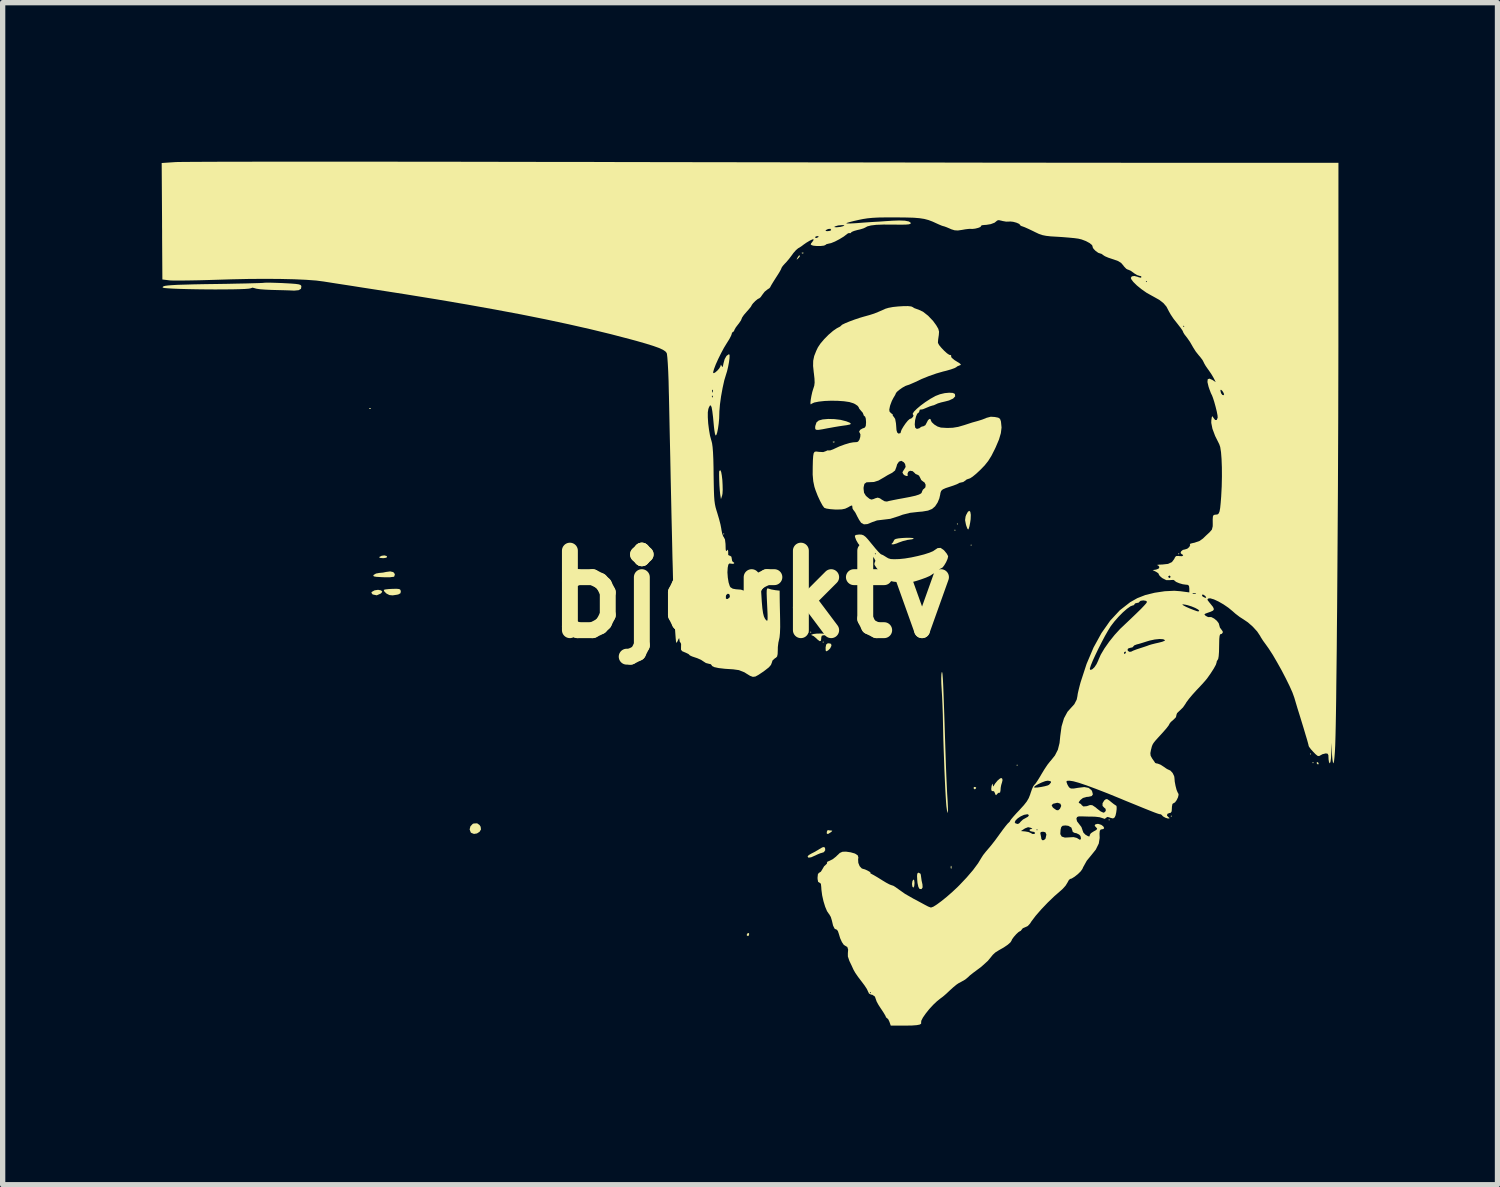
<source format=kicad_pcb>
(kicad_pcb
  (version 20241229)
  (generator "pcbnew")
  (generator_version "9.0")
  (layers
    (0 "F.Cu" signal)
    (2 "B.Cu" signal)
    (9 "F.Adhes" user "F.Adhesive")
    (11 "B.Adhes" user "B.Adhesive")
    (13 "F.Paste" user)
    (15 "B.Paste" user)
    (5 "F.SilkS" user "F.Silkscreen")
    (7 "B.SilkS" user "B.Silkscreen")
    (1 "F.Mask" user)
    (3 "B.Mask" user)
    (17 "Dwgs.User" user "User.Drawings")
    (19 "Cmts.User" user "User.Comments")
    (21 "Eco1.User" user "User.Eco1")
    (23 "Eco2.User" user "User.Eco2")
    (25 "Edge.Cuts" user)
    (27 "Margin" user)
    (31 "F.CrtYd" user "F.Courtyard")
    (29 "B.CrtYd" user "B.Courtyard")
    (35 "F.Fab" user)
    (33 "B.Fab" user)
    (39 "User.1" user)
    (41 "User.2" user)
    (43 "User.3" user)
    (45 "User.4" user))
  (footprint "bjorktv"
    (layer "F.Cu")
    (at 11.129 8.159)
    (property "Reference" "bjorktv" (at 0 0 0) (layer "F.SilkS") (effects (font (size 1.5 1.5) (thickness 0.3))))
    (attr board_only exclude_from_pos_files exclude_from_bom)
    (fp_poly (pts (xy -0.516 -1.137) (xy -0.528 -1.126) (xy -0.539 -1.137) (xy -0.528 -1.149)) (stroke (width 0) (type solid)) (fill yes) (layer "F.SilkS"))
    (fp_poly (pts (xy 0.328 -0.27) (xy 0.317 -0.258) (xy 0.305 -0.27) (xy 0.317 -0.281)) (stroke (width 0) (type solid)) (fill yes) (layer "F.SilkS"))
    (fp_poly (pts (xy 1.126 0.715) (xy 1.114 0.727) (xy 1.102 0.715) (xy 1.114 0.704)) (stroke (width 0) (type solid)) (fill yes) (layer "F.SilkS"))
    (fp_poly (pts (xy 1.36 0.903) (xy 1.349 0.915) (xy 1.337 0.903) (xy 1.349 0.891)) (stroke (width 0) (type solid)) (fill yes) (layer "F.SilkS"))
    (fp_poly (pts (xy 3.846 -1.208) (xy 3.835 -1.196) (xy 3.823 -1.208) (xy 3.835 -1.22)) (stroke (width 0) (type solid)) (fill yes) (layer "F.SilkS"))
    (fp_poly (pts (xy 3.893 -1.325) (xy 3.882 -1.313) (xy 3.87 -1.325) (xy 3.882 -1.337)) (stroke (width 0) (type solid)) (fill yes) (layer "F.SilkS"))
    (fp_poly (pts (xy 4.151 -0.926) (xy 4.14 -0.915) (xy 4.128 -0.926) (xy 4.14 -0.938)) (stroke (width 0) (type solid)) (fill yes) (layer "F.SilkS"))
    (fp_poly (pts (xy 5.019 3.225) (xy 5.007 3.237) (xy 4.996 3.225) (xy 5.007 3.213)) (stroke (width 0) (type solid)) (fill yes) (layer "F.SilkS"))
    (fp_poly (pts (xy 6.755 4.257) (xy 6.743 4.269) (xy 6.731 4.257) (xy 6.743 4.245)) (stroke (width 0) (type solid)) (fill yes) (layer "F.SilkS"))
    (fp_poly (pts (xy 7.927 4.186) (xy 7.916 4.198) (xy 7.904 4.186) (xy 7.916 4.175)) (stroke (width 0) (type solid)) (fill yes) (layer "F.SilkS"))
    (fp_poly (pts (xy 8.068 -0.762) (xy 8.056 -0.751) (xy 8.045 -0.762) (xy 8.056 -0.774)) (stroke (width 0) (type solid)) (fill yes) (layer "F.SilkS"))
    (fp_poly (pts (xy 10.554 3.014) (xy 10.542 3.025) (xy 10.531 3.014) (xy 10.542 3.002)) (stroke (width 0) (type solid)) (fill yes) (layer "F.SilkS"))
    (fp_poly (pts (xy 10.601 3.178) (xy 10.589 3.19) (xy 10.577 3.178) (xy 10.589 3.166)) (stroke (width 0) (type solid)) (fill yes) (layer "F.SilkS"))
    (fp_poly (pts (xy -7.185 -3.51) (xy -7.188 -3.496) (xy -7.2 -3.495) (xy -7.219 -3.503) (xy -7.216 -3.51) (xy -7.188 -3.513)) (stroke (width 0) (type solid)) (fill yes) (layer "F.SilkS"))
    (fp_poly (pts (xy 0.977 -6.442) (xy 0.974 -6.428) (xy 0.962 -6.426) (xy 0.942 -6.435) (xy 0.946 -6.442) (xy 0.974 -6.445)) (stroke (width 0) (type solid)) (fill yes) (layer "F.SilkS"))
    (fp_poly (pts (xy 1.071 0.711) (xy 1.068 0.725) (xy 1.055 0.727) (xy 1.036 0.718) (xy 1.04 0.711) (xy 1.068 0.709)) (stroke (width 0) (type solid)) (fill yes) (layer "F.SilkS"))
    (fp_poly (pts (xy 1.564 -2.877) (xy 1.56 -2.863) (xy 1.548 -2.861) (xy 1.529 -2.87) (xy 1.532 -2.877) (xy 1.56 -2.88)) (stroke (width 0) (type solid)) (fill yes) (layer "F.SilkS"))
    (fp_poly (pts (xy 3.769 5.132) (xy 3.771 5.169) (xy 3.767 5.177) (xy 3.756 5.17) (xy 3.754 5.146) (xy 3.76 5.121)) (stroke (width 0) (type solid)) (fill yes) (layer "F.SilkS"))
    (fp_poly (pts (xy 0.906 -6.368) (xy 0.881 -6.338) (xy 0.852 -6.312) (xy 0.851 -6.321) (xy 0.867 -6.352) (xy 0.892 -6.388) (xy 0.909 -6.392)) (stroke (width 0) (type solid)) (fill yes) (layer "F.SilkS"))
    (fp_poly (pts (xy -0.05 6.396) (xy -0.047 6.413) (xy -0.059 6.445) (xy -0.07 6.45) (xy -0.093 6.433) (xy -0.094 6.428) (xy -0.077 6.396) (xy -0.07 6.391)) (stroke (width 0) (type solid)) (fill yes) (layer "F.SilkS"))
    (fp_poly (pts (xy 4.235 3.646) (xy 4.233 3.659) (xy 4.213 3.681) (xy 4.21 3.682) (xy 4.191 3.666) (xy 4.186 3.659) (xy 4.192 3.639) (xy 4.21 3.635)) (stroke (width 0) (type solid)) (fill yes) (layer "F.SilkS"))
    (fp_poly (pts (xy 10.694 3.183) (xy 10.695 3.19) (xy 10.687 3.213) (xy 10.684 3.213) (xy 10.664 3.197) (xy 10.66 3.19) (xy 10.661 3.168) (xy 10.67 3.166)) (stroke (width 0) (type solid)) (fill yes) (layer "F.SilkS"))
    (fp_poly (pts (xy -6.887 -0.721) (xy -6.878 -0.709) (xy -6.889 -0.689) (xy -6.942 -0.68) (xy -6.957 -0.68) (xy -7.013 -0.685) (xy -7.026 -0.699) (xy -7.023 -0.703) (xy -6.98 -0.725) (xy -6.928 -0.732)) (stroke (width 0) (type solid)) (fill yes) (layer "F.SilkS"))
    (fp_poly (pts (xy 0.957 0.601) (xy 0.956 0.612) (xy 0.971 0.639) (xy 1.008 0.658) (xy 1.067 0.675) (xy 1.005 0.678) (xy 0.954 0.668) (xy 0.93 0.646) (xy 0.931 0.608) (xy 0.94 0.597)) (stroke (width 0) (type solid)) (fill yes) (layer "F.SilkS"))
    (fp_poly (pts (xy 1.473 4.456) (xy 1.495 4.457) (xy 1.521 4.461) (xy 1.511 4.476) (xy 1.491 4.492) (xy 1.441 4.523) (xy 1.418 4.517) (xy 1.417 4.485) (xy 1.43 4.454) (xy 1.439 4.45)) (stroke (width 0) (type solid)) (fill yes) (layer "F.SilkS"))
    (fp_poly (pts (xy 3.065 5.392) (xy 3.072 5.44) (xy 3.072 5.452) (xy 3.067 5.506) (xy 3.052 5.534) (xy 3.049 5.535) (xy 3.032 5.515) (xy 3.025 5.466) (xy 3.033 5.412) (xy 3.049 5.383)) (stroke (width 0) (type solid)) (fill yes) (layer "F.SilkS"))
    (fp_poly (pts (xy -6.992 -0.072) (xy -6.989 -0.07) (xy -6.968 -0.048) (xy -6.984 -0.024) (xy -6.999 -0.011) (xy -7.072 0.021) (xy -7.143 0.006) (xy -7.153 0.001) (xy -7.174 -0.028) (xy -7.165 -0.044) (xy -7.113 -0.073) (xy -7.047 -0.083)) (stroke (width 0) (type solid)) (fill yes) (layer "F.SilkS"))
    (fp_poly (pts (xy 1.498 0.936) (xy 1.505 0.97) (xy 1.505 0.972) (xy 1.482 1.02) (xy 1.44 1.062) (xy 1.404 1.078) (xy 1.396 1.058) (xy 1.395 1.009) (xy 1.395 1.003) (xy 1.406 0.949) (xy 1.432 0.928) (xy 1.457 0.926)) (stroke (width 0) (type solid)) (fill yes) (layer "F.SilkS"))
    (fp_poly (pts (xy -5.133 4.354) (xy -5.112 4.387) (xy -5.106 4.438) (xy -5.133 4.482) (xy -5.182 4.513) (xy -5.238 4.522) (xy -5.288 4.503) (xy -5.3 4.492) (xy -5.32 4.437) (xy -5.305 4.378) (xy -5.264 4.334) (xy -5.243 4.325) (xy -5.178 4.322)) (stroke (width 0) (type solid)) (fill yes) (layer "F.SilkS"))
    (fp_poly (pts (xy 3.185 5.273) (xy 3.191 5.295) (xy 3.206 5.403) (xy 3.222 5.475) (xy 3.225 5.531) (xy 3.204 5.563) (xy 3.169 5.56) (xy 3.167 5.559) (xy 3.145 5.522) (xy 3.129 5.448) (xy 3.124 5.396) (xy 3.12 5.316) (xy 3.124 5.273) (xy 3.139 5.255) (xy 3.152 5.254)) (stroke (width 0) (type solid)) (fill yes) (layer "F.SilkS"))
    (fp_poly (pts (xy 4.125 -1.553) (xy 4.134 -1.498) (xy 4.131 -1.414) (xy 4.122 -1.352) (xy 4.108 -1.28) (xy 4.093 -1.232) (xy 4.083 -1.22) (xy 4.068 -1.24) (xy 4.049 -1.291) (xy 4.041 -1.319) (xy 4.026 -1.398) (xy 4.035 -1.464) (xy 4.046 -1.495) (xy 4.079 -1.555) (xy 4.106 -1.573)) (stroke (width 0) (type solid)) (fill yes) (layer "F.SilkS"))
    (fp_poly (pts (xy -6.647 -0.097) (xy -6.626 -0.082) (xy -6.618 -0.056) (xy -6.624 -0.019) (xy -6.66 0.002) (xy -6.686 0.009) (xy -6.773 0.022) (xy -6.833 0.016) (xy -6.883 -0.009) (xy -6.899 -0.021) (xy -6.933 -0.057) (xy -6.939 -0.081) (xy -6.939 -0.082) (xy -6.909 -0.09) (xy -6.846 -0.097) (xy -6.774 -0.101) (xy -6.693 -0.102)) (stroke (width 0) (type solid)) (fill yes) (layer "F.SilkS"))
    (fp_poly (pts (xy -0.588 -2.335) (xy -0.575 -2.305) (xy -0.563 -2.24) (xy -0.553 -2.155) (xy -0.548 -2.06) (xy -0.546 -1.97) (xy -0.55 -1.897) (xy -0.557 -1.861) (xy -0.579 -1.794) (xy -0.594 -1.888) (xy -0.601 -1.958) (xy -0.608 -2.054) (xy -0.612 -2.157) (xy -0.614 -2.251) (xy -0.613 -2.316) (xy -0.612 -2.317) (xy -0.598 -2.338)) (stroke (width 0) (type solid)) (fill yes) (layer "F.SilkS"))
    (fp_poly (pts (xy 1.384 4.785) (xy 1.388 4.829) (xy 1.362 4.866) (xy 1.327 4.878) (xy 1.291 4.888) (xy 1.232 4.913) (xy 1.208 4.925) (xy 1.122 4.963) (xy 1.071 4.97) (xy 1.055 4.948) (xy 1.075 4.923) (xy 1.12 4.896) (xy 1.181 4.865) (xy 1.254 4.823) (xy 1.274 4.81) (xy 1.332 4.776) (xy 1.365 4.769)) (stroke (width 0) (type solid)) (fill yes) (layer "F.SilkS"))
    (fp_poly (pts (xy -6.76 -0.417) (xy -6.732 -0.382) (xy -6.731 -0.373) (xy -6.741 -0.336) (xy -6.753 -0.328) (xy -6.794 -0.324) (xy -6.805 -0.321) (xy -6.844 -0.319) (xy -6.913 -0.319) (xy -6.997 -0.323) (xy -7.081 -0.328) (xy -7.125 -0.336) (xy -7.138 -0.348) (xy -7.129 -0.365) (xy -7.086 -0.39) (xy -7.027 -0.401) (xy -6.953 -0.408) (xy -6.895 -0.42) (xy -6.818 -0.43)) (stroke (width 0) (type solid)) (fill yes) (layer "F.SilkS"))
    (fp_poly (pts (xy 3.038 -1.06) (xy 3.059 -1.053) (xy 3.058 -1.051) (xy 3.028 -1.036) (xy 2.996 -1.032) (xy 2.933 -1.023) (xy 2.849 -1.001) (xy 2.768 -0.972) (xy 2.739 -0.959) (xy 2.682 -0.942) (xy 2.656 -0.94) (xy 2.634 -0.946) (xy 2.644 -0.954) (xy 2.672 -0.985) (xy 2.674 -0.997) (xy 2.693 -1.029) (xy 2.719 -1.043) (xy 2.768 -1.053) (xy 2.838 -1.06) (xy 2.914 -1.064) (xy 2.986 -1.064)) (stroke (width 0) (type solid)) (fill yes) (layer "F.SilkS"))
    (fp_poly (pts (xy 1.391 0.746) (xy 1.461 0.754) (xy 1.505 0.766) (xy 1.511 0.771) (xy 1.496 0.778) (xy 1.447 0.779) (xy 1.417 0.777) (xy 1.353 0.774) (xy 1.323 0.783) (xy 1.314 0.811) (xy 1.313 0.83) (xy 1.307 0.878) (xy 1.283 0.886) (xy 1.241 0.854) (xy 1.22 0.833) (xy 1.172 0.792) (xy 1.13 0.772) (xy 1.128 0.772) (xy 1.122 0.766) (xy 1.156 0.754) (xy 1.171 0.75) (xy 1.231 0.743) (xy 1.309 0.742)) (stroke (width 0) (type solid)) (fill yes) (layer "F.SilkS"))
    (fp_poly (pts (xy 1.561 -3.303) (xy 1.678 -3.289) (xy 1.779 -3.263) (xy 1.781 -3.263) (xy 1.847 -3.237) (xy 1.872 -3.217) (xy 1.856 -3.202) (xy 1.795 -3.189) (xy 1.724 -3.179) (xy 1.655 -3.169) (xy 1.559 -3.153) (xy 1.455 -3.134) (xy 1.442 -3.132) (xy 1.333 -3.111) (xy 1.261 -3.1) (xy 1.22 -3.101) (xy 1.201 -3.114) (xy 1.198 -3.14) (xy 1.2 -3.172) (xy 1.223 -3.241) (xy 1.266 -3.277) (xy 1.34 -3.297) (xy 1.443 -3.306)) (stroke (width 0) (type solid)) (fill yes) (layer "F.SilkS"))
    (fp_poly (pts (xy 4.733 3.504) (xy 4.724 3.545) (xy 4.707 3.601) (xy 4.698 3.65) (xy 4.694 3.704) (xy 4.686 3.741) (xy 4.675 3.745) (xy 4.652 3.748) (xy 4.632 3.768) (xy 4.61 3.792) (xy 4.596 3.775) (xy 4.59 3.754) (xy 4.572 3.718) (xy 4.554 3.715) (xy 4.529 3.713) (xy 4.519 3.678) (xy 4.526 3.62) (xy 4.528 3.612) (xy 4.541 3.575) (xy 4.547 3.581) (xy 4.549 3.6) (xy 4.556 3.628) (xy 4.567 3.614) (xy 4.59 3.575) (xy 4.632 3.523) (xy 4.64 3.514) (xy 4.689 3.473) (xy 4.722 3.47)) (stroke (width 0) (type solid)) (fill yes) (layer "F.SilkS"))
    (fp_poly (pts (xy 3.594 1.474) (xy 3.599 1.498) (xy 3.603 1.544) (xy 3.608 1.614) (xy 3.613 1.711) (xy 3.618 1.839) (xy 3.624 2.001) (xy 3.631 2.201) (xy 3.639 2.44) (xy 3.648 2.721) (xy 3.657 3.001) (xy 3.665 3.24) (xy 3.673 3.443) (xy 3.681 3.615) (xy 3.688 3.762) (xy 3.696 3.889) (xy 3.697 3.899) (xy 3.702 4.008) (xy 3.703 4.083) (xy 3.7 4.121) (xy 3.694 4.12) (xy 3.684 4.076) (xy 3.673 3.993) (xy 3.667 3.919) (xy 3.66 3.807) (xy 3.652 3.662) (xy 3.644 3.494) (xy 3.636 3.31) (xy 3.629 3.117) (xy 3.622 2.924) (xy 3.616 2.737) (xy 3.612 2.565) (xy 3.609 2.422) (xy 3.606 2.268) (xy 3.6 2.101) (xy 3.593 1.942) (xy 3.585 1.809) (xy 3.585 1.803) (xy 3.578 1.687) (xy 3.576 1.586) (xy 3.579 1.51) (xy 3.585 1.475) (xy 3.59 1.467)) (stroke (width 0) (type solid)) (fill yes) (layer "F.SilkS"))
    (fp_poly (pts (xy -9.086 -5.877) (xy -8.986 -5.874) (xy -8.868 -5.87) (xy -8.83 -5.868) (xy -8.7 -5.861) (xy -8.608 -5.854) (xy -8.549 -5.846) (xy -8.515 -5.836) (xy -8.499 -5.822) (xy -8.494 -5.808) (xy -8.501 -5.761) (xy -8.545 -5.735) (xy -8.63 -5.727) (xy -8.654 -5.728) (xy -8.72 -5.731) (xy -8.818 -5.734) (xy -8.936 -5.737) (xy -9.052 -5.74) (xy -9.166 -5.745) (xy -9.264 -5.752) (xy -9.336 -5.762) (xy -9.372 -5.771) (xy -9.372 -5.772) (xy -9.416 -5.783) (xy -9.449 -5.771) (xy -9.485 -5.764) (xy -9.56 -5.758) (xy -9.667 -5.754) (xy -9.8 -5.751) (xy -9.951 -5.75) (xy -10.116 -5.749) (xy -10.287 -5.75) (xy -10.457 -5.752) (xy -10.621 -5.755) (xy -10.771 -5.759) (xy -10.902 -5.764) (xy -11.006 -5.77) (xy -11.077 -5.776) (xy -11.109 -5.784) (xy -11.11 -5.785) (xy -11.109 -5.797) (xy -11.095 -5.808) (xy -11.064 -5.817) (xy -11.012 -5.824) (xy -10.935 -5.83) (xy -10.83 -5.836) (xy -10.693 -5.84) (xy -10.52 -5.845) (xy -10.307 -5.849) (xy -10.085 -5.852) (xy -9.888 -5.855) (xy -9.705 -5.859) (xy -9.542 -5.862) (xy -9.404 -5.866) (xy -9.296 -5.869) (xy -9.224 -5.872) (xy -9.194 -5.875) (xy -9.158 -5.877)) (stroke (width 0) (type solid)) (fill yes) (layer "F.SilkS"))
    (fp_poly (pts (xy 2.077 -1.123) (xy 2.112 -1.11) (xy 2.15 -1.081) (xy 2.198 -1.029) (xy 2.266 -0.946) (xy 2.273 -0.938) (xy 2.337 -0.86) (xy 2.393 -0.797) (xy 2.432 -0.759) (xy 2.445 -0.751) (xy 2.477 -0.738) (xy 2.528 -0.707) (xy 2.535 -0.702) (xy 2.578 -0.677) (xy 2.625 -0.663) (xy 2.692 -0.66) (xy 2.785 -0.663) (xy 2.891 -0.674) (xy 3.012 -0.694) (xy 3.136 -0.721) (xy 3.254 -0.751) (xy 3.353 -0.783) (xy 3.422 -0.812) (xy 3.441 -0.825) (xy 3.508 -0.87) (xy 3.564 -0.874) (xy 3.62 -0.836) (xy 3.637 -0.819) (xy 3.68 -0.766) (xy 3.704 -0.722) (xy 3.706 -0.712) (xy 3.695 -0.665) (xy 3.668 -0.604) (xy 3.633 -0.545) (xy 3.6 -0.503) (xy 3.582 -0.493) (xy 3.548 -0.475) (xy 3.523 -0.446) (xy 3.488 -0.409) (xy 3.461 -0.399) (xy 3.417 -0.383) (xy 3.397 -0.368) (xy 3.357 -0.343) (xy 3.286 -0.312) (xy 3.198 -0.28) (xy 3.105 -0.25) (xy 3.021 -0.227) (xy 2.959 -0.215) (xy 2.936 -0.216) (xy 2.906 -0.219) (xy 2.843 -0.224) (xy 2.762 -0.228) (xy 2.682 -0.236) (xy 2.626 -0.247) (xy 2.603 -0.259) (xy 2.603 -0.259) (xy 2.585 -0.28) (xy 2.574 -0.282) (xy 2.534 -0.298) (xy 2.486 -0.332) (xy 2.449 -0.372) (xy 2.439 -0.395) (xy 2.424 -0.424) (xy 2.421 -0.426) (xy 2.396 -0.448) (xy 2.358 -0.493) (xy 2.351 -0.502) (xy 2.317 -0.555) (xy 2.317 -0.59) (xy 2.324 -0.601) (xy 2.334 -0.632) (xy 2.313 -0.675) (xy 2.29 -0.704) (xy 2.236 -0.762) (xy 2.322 -0.762) (xy 2.334 -0.751) (xy 2.345 -0.762) (xy 2.334 -0.774) (xy 2.322 -0.762) (xy 2.236 -0.762) (xy 2.236 -0.763) (xy 2.176 -0.82) (xy 2.121 -0.866) (xy 2.083 -0.89) (xy 2.076 -0.891) (xy 2.045 -0.911) (xy 2.007 -0.959) (xy 1.972 -1.02) (xy 1.95 -1.079) (xy 1.947 -1.103) (xy 1.967 -1.118) (xy 2.019 -1.125) (xy 2.035 -1.126)) (stroke (width 0) (type solid)) (fill yes) (layer "F.SilkS"))
    (fp_poly (pts (xy 3.011 -5.428) (xy 3.038 -5.416) (xy 3.067 -5.397) (xy 3.124 -5.376) (xy 3.141 -5.371) (xy 3.232 -5.329) (xy 3.329 -5.253) (xy 3.423 -5.154) (xy 3.482 -5.073) (xy 3.521 -5.006) (xy 3.535 -4.951) (xy 3.53 -4.885) (xy 3.528 -4.874) (xy 3.518 -4.804) (xy 3.514 -4.751) (xy 3.515 -4.74) (xy 3.535 -4.701) (xy 3.578 -4.649) (xy 3.631 -4.593) (xy 3.684 -4.545) (xy 3.727 -4.516) (xy 3.744 -4.513) (xy 3.764 -4.508) (xy 3.761 -4.492) (xy 3.773 -4.46) (xy 3.825 -4.417) (xy 3.862 -4.394) (xy 3.924 -4.355) (xy 3.947 -4.333) (xy 3.937 -4.321) (xy 3.929 -4.319) (xy 3.878 -4.298) (xy 3.859 -4.282) (xy 3.827 -4.265) (xy 3.76 -4.241) (xy 3.67 -4.215) (xy 3.612 -4.201) (xy 3.484 -4.164) (xy 3.341 -4.114) (xy 3.208 -4.06) (xy 3.174 -4.044) (xy 3.081 -4) (xy 3.003 -3.966) (xy 2.949 -3.945) (xy 2.932 -3.94) (xy 2.897 -3.927) (xy 2.843 -3.896) (xy 2.786 -3.856) (xy 2.741 -3.818) (xy 2.721 -3.792) (xy 2.721 -3.791) (xy 2.708 -3.76) (xy 2.679 -3.711) (xy 2.677 -3.709) (xy 2.644 -3.645) (xy 2.614 -3.565) (xy 2.609 -3.547) (xy 2.596 -3.482) (xy 2.601 -3.445) (xy 2.625 -3.419) (xy 2.634 -3.412) (xy 2.664 -3.387) (xy 2.663 -3.377) (xy 2.661 -3.366) (xy 2.68 -3.348) (xy 2.707 -3.306) (xy 2.722 -3.225) (xy 2.726 -3.178) (xy 2.732 -3.096) (xy 2.745 -3.051) (xy 2.767 -3.032) (xy 2.773 -3.03) (xy 2.808 -3.039) (xy 2.814 -3.063) (xy 2.827 -3.101) (xy 2.86 -3.158) (xy 2.902 -3.22) (xy 2.945 -3.273) (xy 2.978 -3.303) (xy 2.986 -3.306) (xy 3.019 -3.32) (xy 3.045 -3.348) (xy 3.053 -3.375) (xy 3.046 -3.382) (xy 3.037 -3.403) (xy 3.061 -3.443) (xy 3.114 -3.496) (xy 3.187 -3.558) (xy 3.275 -3.623) (xy 3.372 -3.686) (xy 3.471 -3.741) (xy 3.472 -3.741) (xy 3.552 -3.772) (xy 3.641 -3.793) (xy 3.727 -3.801) (xy 3.795 -3.797) (xy 3.834 -3.778) (xy 3.834 -3.776) (xy 3.839 -3.732) (xy 3.801 -3.691) (xy 3.723 -3.655) (xy 3.655 -3.637) (xy 3.574 -3.618) (xy 3.511 -3.599) (xy 3.481 -3.585) (xy 3.437 -3.565) (xy 3.411 -3.559) (xy 3.36 -3.543) (xy 3.295 -3.516) (xy 3.286 -3.512) (xy 3.23 -3.489) (xy 3.191 -3.483) (xy 3.187 -3.485) (xy 3.169 -3.478) (xy 3.166 -3.461) (xy 3.155 -3.429) (xy 3.145 -3.424) (xy 3.122 -3.403) (xy 3.1 -3.351) (xy 3.083 -3.281) (xy 3.077 -3.209) (xy 3.077 -3.196) (xy 3.086 -3.14) (xy 3.113 -3.12) (xy 3.121 -3.119) (xy 3.165 -3.131) (xy 3.178 -3.143) (xy 3.211 -3.163) (xy 3.236 -3.166) (xy 3.277 -3.188) (xy 3.303 -3.237) (xy 3.327 -3.283) (xy 3.355 -3.307) (xy 3.374 -3.304) (xy 3.377 -3.287) (xy 3.397 -3.246) (xy 3.445 -3.201) (xy 3.507 -3.163) (xy 3.567 -3.144) (xy 3.57 -3.143) (xy 3.692 -3.136) (xy 3.795 -3.14) (xy 3.897 -3.157) (xy 4.014 -3.191) (xy 4.093 -3.217) (xy 4.161 -3.239) (xy 4.244 -3.262) (xy 4.269 -3.269) (xy 4.346 -3.293) (xy 4.414 -3.319) (xy 4.43 -3.327) (xy 4.511 -3.348) (xy 4.587 -3.343) (xy 4.652 -3.33) (xy 4.685 -3.308) (xy 4.701 -3.264) (xy 4.704 -3.246) (xy 4.714 -3.145) (xy 4.701 -3.039) (xy 4.666 -2.919) (xy 4.604 -2.773) (xy 4.585 -2.733) (xy 4.522 -2.609) (xy 4.462 -2.513) (xy 4.394 -2.428) (xy 4.309 -2.341) (xy 4.235 -2.272) (xy 4.169 -2.218) (xy 4.12 -2.186) (xy 4.104 -2.181) (xy 4.055 -2.164) (xy 4.034 -2.146) (xy 3.99 -2.116) (xy 3.965 -2.111) (xy 3.918 -2.1) (xy 3.904 -2.091) (xy 3.87 -2.074) (xy 3.807 -2.05) (xy 3.753 -2.032) (xy 3.661 -2.002) (xy 3.605 -1.977) (xy 3.575 -1.949) (xy 3.561 -1.91) (xy 3.557 -1.881) (xy 3.54 -1.807) (xy 3.509 -1.732) (xy 3.508 -1.73) (xy 3.46 -1.657) (xy 3.403 -1.608) (xy 3.326 -1.577) (xy 3.22 -1.559) (xy 3.146 -1.553) (xy 2.987 -1.535) (xy 2.848 -1.5) (xy 2.779 -1.474) (xy 2.615 -1.422) (xy 2.491 -1.407) (xy 2.365 -1.392) (xy 2.275 -1.36) (xy 2.184 -1.323) (xy 2.118 -1.318) (xy 2.068 -1.345) (xy 2.06 -1.354) (xy 2.027 -1.403) (xy 1.991 -1.469) (xy 1.985 -1.482) (xy 1.955 -1.541) (xy 1.928 -1.579) (xy 1.923 -1.583) (xy 1.903 -1.616) (xy 1.9 -1.642) (xy 1.897 -1.669) (xy 1.882 -1.673) (xy 1.842 -1.653) (xy 1.819 -1.639) (xy 1.763 -1.613) (xy 1.7 -1.6) (xy 1.613 -1.597) (xy 1.567 -1.598) (xy 1.479 -1.605) (xy 1.409 -1.616) (xy 1.37 -1.63) (xy 1.369 -1.631) (xy 1.334 -1.679) (xy 1.291 -1.759) (xy 1.246 -1.856) (xy 1.206 -1.959) (xy 1.196 -1.989) (xy 2.111 -1.989) (xy 2.12 -1.914) (xy 2.153 -1.859) (xy 2.175 -1.838) (xy 2.225 -1.798) (xy 2.261 -1.785) (xy 2.302 -1.796) (xy 2.331 -1.809) (xy 2.378 -1.822) (xy 2.421 -1.808) (xy 2.453 -1.785) (xy 2.509 -1.753) (xy 2.553 -1.748) (xy 2.555 -1.749) (xy 2.592 -1.759) (xy 2.664 -1.774) (xy 2.76 -1.793) (xy 2.843 -1.808) (xy 2.986 -1.835) (xy 3.089 -1.858) (xy 3.157 -1.88) (xy 3.196 -1.901) (xy 3.212 -1.925) (xy 3.213 -1.935) (xy 3.232 -1.975) (xy 3.248 -1.985) (xy 3.278 -2.017) (xy 3.282 -2.065) (xy 3.261 -2.108) (xy 3.239 -2.122) (xy 3.199 -2.154) (xy 3.18 -2.194) (xy 3.157 -2.237) (xy 3.132 -2.252) (xy 3.091 -2.269) (xy 3.079 -2.283) (xy 3.037 -2.321) (xy 2.988 -2.329) (xy 2.955 -2.31) (xy 2.939 -2.27) (xy 2.943 -2.253) (xy 2.944 -2.232) (xy 2.919 -2.23) (xy 2.883 -2.244) (xy 2.861 -2.264) (xy 2.844 -2.298) (xy 2.864 -2.335) (xy 2.87 -2.342) (xy 2.905 -2.401) (xy 2.894 -2.457) (xy 2.87 -2.489) (xy 2.824 -2.516) (xy 2.779 -2.501) (xy 2.744 -2.45) (xy 2.731 -2.403) (xy 2.705 -2.334) (xy 2.65 -2.29) (xy 2.642 -2.286) (xy 2.567 -2.247) (xy 2.498 -2.205) (xy 2.394 -2.145) (xy 2.307 -2.117) (xy 2.24 -2.114) (xy 2.167 -2.111) (xy 2.127 -2.082) (xy 2.112 -2.018) (xy 2.111 -1.989) (xy 1.196 -1.989) (xy 1.184 -2.026) (xy 1.162 -2.131) (xy 1.151 -2.255) (xy 1.152 -2.4) (xy 1.155 -2.524) (xy 1.161 -2.608) (xy 1.17 -2.659) (xy 1.187 -2.685) (xy 1.214 -2.692) (xy 1.254 -2.687) (xy 1.27 -2.685) (xy 1.35 -2.681) (xy 1.395 -2.697) (xy 1.433 -2.714) (xy 1.45 -2.712) (xy 1.482 -2.713) (xy 1.537 -2.733) (xy 1.56 -2.744) (xy 1.653 -2.787) (xy 1.753 -2.824) (xy 1.845 -2.852) (xy 1.915 -2.865) (xy 1.935 -2.866) (xy 1.986 -2.87) (xy 2.008 -2.879) (xy 2.033 -2.914) (xy 2.049 -2.966) (xy 2.052 -3.015) (xy 2.042 -3.037) (xy 2.027 -3.065) (xy 2.046 -3.1) (xy 2.091 -3.127) (xy 2.101 -3.129) (xy 2.137 -3.145) (xy 2.153 -3.176) (xy 2.158 -3.237) (xy 2.158 -3.249) (xy 2.153 -3.312) (xy 2.141 -3.349) (xy 2.134 -3.354) (xy 2.113 -3.373) (xy 2.111 -3.385) (xy 2.095 -3.424) (xy 2.064 -3.459) (xy 2.029 -3.501) (xy 2.017 -3.53) (xy 1.997 -3.555) (xy 1.948 -3.588) (xy 1.918 -3.602) (xy 1.843 -3.625) (xy 1.741 -3.64) (xy 1.623 -3.648) (xy 1.497 -3.65) (xy 1.375 -3.645) (xy 1.266 -3.633) (xy 1.18 -3.616) (xy 1.129 -3.592) (xy 1.122 -3.585) (xy 1.111 -3.582) (xy 1.109 -3.615) (xy 1.115 -3.671) (xy 1.127 -3.74) (xy 1.143 -3.812) (xy 1.162 -3.875) (xy 1.164 -3.88) (xy 1.181 -3.934) (xy 1.188 -3.992) (xy 1.185 -4.068) (xy 1.173 -4.175) (xy 1.172 -4.178) (xy 1.159 -4.305) (xy 1.161 -4.404) (xy 1.18 -4.494) (xy 1.219 -4.592) (xy 1.249 -4.655) (xy 1.296 -4.726) (xy 1.367 -4.81) (xy 1.451 -4.895) (xy 1.536 -4.968) (xy 1.609 -5.018) (xy 1.623 -5.025) (xy 1.669 -5.049) (xy 1.689 -5.068) (xy 1.689 -5.068) (xy 1.709 -5.085) (xy 1.765 -5.112) (xy 1.845 -5.145) (xy 1.939 -5.18) (xy 2.037 -5.213) (xy 2.129 -5.24) (xy 2.134 -5.241) (xy 2.23 -5.268) (xy 2.311 -5.294) (xy 2.395 -5.328) (xy 2.501 -5.374) (xy 2.521 -5.384) (xy 2.581 -5.402) (xy 2.666 -5.418) (xy 2.763 -5.428) (xy 2.861 -5.434) (xy 2.948 -5.435)) (stroke (width 0) (type solid)) (fill yes) (layer "F.SilkS"))
    (fp_poly (pts (xy -7.753 -8.159) (xy -7.289 -8.159) (xy -6.802 -8.159) (xy -6.294 -8.158) (xy -5.766 -8.158) (xy -5.221 -8.157) (xy -4.661 -8.156) (xy -4.086 -8.155) (xy -3.5 -8.154) (xy -3.072 -8.154) (xy -2.439 -8.152) (xy -1.798 -8.151) (xy -1.151 -8.15) (xy -0.502 -8.149) (xy 0.147 -8.148) (xy 0.793 -8.147) (xy 1.432 -8.145) (xy 2.062 -8.145) (xy 2.679 -8.144) (xy 3.282 -8.143) (xy 3.866 -8.142) (xy 4.43 -8.141) (xy 4.969 -8.141) (xy 5.481 -8.14) (xy 5.963 -8.139) (xy 6.413 -8.139) (xy 6.827 -8.139) (xy 7.201 -8.138) (xy 7.534 -8.138) (xy 7.757 -8.138) (xy 11.069 -8.138) (xy 11.068 -5.095) (xy 11.068 -4.671) (xy 11.067 -4.233) (xy 11.066 -3.784) (xy 11.065 -3.327) (xy 11.063 -2.865) (xy 11.061 -2.401) (xy 11.059 -1.938) (xy 11.056 -1.479) (xy 11.053 -1.027) (xy 11.05 -0.584) (xy 11.047 -0.155) (xy 11.044 0.259) (xy 11.04 0.654) (xy 11.037 1.028) (xy 11.033 1.377) (xy 11.029 1.699) (xy 11.026 1.991) (xy 11.022 2.249) (xy 11.018 2.47) (xy 11.014 2.653) (xy 11.01 2.793) (xy 11.008 2.855) (xy 11.002 2.975) (xy 10.994 3.075) (xy 10.986 3.148) (xy 10.977 3.186) (xy 10.974 3.19) (xy 10.964 3.168) (xy 10.955 3.11) (xy 10.948 3.028) (xy 10.947 2.996) (xy 10.939 2.803) (xy 10.934 2.996) (xy 10.929 3.088) (xy 10.92 3.155) (xy 10.909 3.188) (xy 10.906 3.19) (xy 10.891 3.169) (xy 10.883 3.117) (xy 10.882 3.096) (xy 10.879 3.035) (xy 10.864 3.008) (xy 10.83 3.003) (xy 10.768 3.018) (xy 10.732 3.038) (xy 10.703 3.054) (xy 10.675 3.049) (xy 10.637 3.018) (xy 10.597 2.977) (xy 10.547 2.922) (xy 10.515 2.878) (xy 10.507 2.862) (xy 10.504 2.844) (xy 10.494 2.806) (xy 10.477 2.744) (xy 10.449 2.652) (xy 10.412 2.527) (xy 10.362 2.364) (xy 10.331 2.263) (xy 10.297 2.155) (xy 10.264 2.044) (xy 10.237 1.953) (xy 10.235 1.947) (xy 10.201 1.853) (xy 10.146 1.73) (xy 10.076 1.588) (xy 9.997 1.436) (xy 9.913 1.286) (xy 9.831 1.145) (xy 9.754 1.026) (xy 9.7 0.95) (xy 9.648 0.879) (xy 9.604 0.81) (xy 9.592 0.787) (xy 9.536 0.703) (xy 9.454 0.613) (xy 9.361 0.531) (xy 9.275 0.473) (xy 9.206 0.429) (xy 9.125 0.367) (xy 9.072 0.32) (xy 8.993 0.255) (xy 8.901 0.192) (xy 8.807 0.138) (xy 8.721 0.098) (xy 8.653 0.078) (xy 8.62 0.079) (xy 8.599 0.092) (xy 8.603 0.115) (xy 8.636 0.158) (xy 8.652 0.177) (xy 8.703 0.241) (xy 8.72 0.282) (xy 8.704 0.309) (xy 8.66 0.33) (xy 8.6 0.351) (xy 8.56 0.366) (xy 8.54 0.38) (xy 8.558 0.402) (xy 8.57 0.411) (xy 8.612 0.432) (xy 8.635 0.431) (xy 8.672 0.432) (xy 8.724 0.459) (xy 8.775 0.501) (xy 8.81 0.547) (xy 8.818 0.574) (xy 8.833 0.629) (xy 8.854 0.657) (xy 8.883 0.697) (xy 8.889 0.718) (xy 8.87 0.747) (xy 8.854 0.751) (xy 8.837 0.758) (xy 8.827 0.787) (xy 8.821 0.844) (xy 8.819 0.937) (xy 8.818 0.984) (xy 8.816 1.086) (xy 8.81 1.168) (xy 8.801 1.219) (xy 8.795 1.231) (xy 8.774 1.265) (xy 8.771 1.285) (xy 8.757 1.33) (xy 8.717 1.403) (xy 8.656 1.498) (xy 8.59 1.591) (xy 8.556 1.632) (xy 8.499 1.696) (xy 8.428 1.772) (xy 8.388 1.814) (xy 8.314 1.896) (xy 8.247 1.976) (xy 8.199 2.041) (xy 8.186 2.064) (xy 8.137 2.135) (xy 8.076 2.195) (xy 8.071 2.199) (xy 8.025 2.243) (xy 8.011 2.281) (xy 8.012 2.285) (xy 8.003 2.321) (xy 7.96 2.365) (xy 7.952 2.371) (xy 7.906 2.412) (xy 7.881 2.445) (xy 7.88 2.449) (xy 7.865 2.477) (xy 7.825 2.529) (xy 7.767 2.596) (xy 7.739 2.627) (xy 7.663 2.71) (xy 7.612 2.767) (xy 7.58 2.808) (xy 7.561 2.841) (xy 7.548 2.876) (xy 7.537 2.921) (xy 7.534 2.929) (xy 7.521 2.998) (xy 7.526 3.046) (xy 7.553 3.096) (xy 7.559 3.105) (xy 7.593 3.153) (xy 7.611 3.181) (xy 7.612 3.183) (xy 7.633 3.191) (xy 7.661 3.196) (xy 7.711 3.215) (xy 7.769 3.252) (xy 7.774 3.255) (xy 7.822 3.289) (xy 7.854 3.307) (xy 7.856 3.307) (xy 7.899 3.327) (xy 7.942 3.374) (xy 7.97 3.432) (xy 7.975 3.462) (xy 7.981 3.535) (xy 7.996 3.615) (xy 8.015 3.689) (xy 8.036 3.74) (xy 8.046 3.754) (xy 8.054 3.782) (xy 8.042 3.832) (xy 8.016 3.886) (xy 7.986 3.927) (xy 7.962 3.94) (xy 7.938 3.956) (xy 7.928 4.008) (xy 7.927 4.034) (xy 7.923 4.095) (xy 7.907 4.122) (xy 7.88 4.128) (xy 7.843 4.143) (xy 7.834 4.175) (xy 7.859 4.203) (xy 7.863 4.205) (xy 7.882 4.223) (xy 7.879 4.23) (xy 7.851 4.231) (xy 7.804 4.216) (xy 7.761 4.192) (xy 7.74 4.17) (xy 7.74 4.169) (xy 7.721 4.153) (xy 7.709 4.151) (xy 7.689 4.148) (xy 7.651 4.136) (xy 7.591 4.114) (xy 7.505 4.08) (xy 7.39 4.034) (xy 7.241 3.973) (xy 7.054 3.897) (xy 6.966 3.86) (xy 6.709 3.755) (xy 6.492 3.671) (xy 6.314 3.605) (xy 6.174 3.558) (xy 6.069 3.529) (xy 5.998 3.518) (xy 5.989 3.518) (xy 5.948 3.521) (xy 5.937 3.537) (xy 5.952 3.579) (xy 5.96 3.598) (xy 5.987 3.643) (xy 6.02 3.665) (xy 6.074 3.666) (xy 6.158 3.652) (xy 6.274 3.638) (xy 6.356 3.653) (xy 6.41 3.696) (xy 6.423 3.721) (xy 6.437 3.776) (xy 6.414 3.808) (xy 6.351 3.822) (xy 6.323 3.823) (xy 6.249 3.844) (xy 6.201 3.882) (xy 6.17 3.923) (xy 6.175 3.94) (xy 6.179 3.94) (xy 6.213 3.959) (xy 6.225 3.978) (xy 6.258 4.004) (xy 6.324 3.998) (xy 6.383 3.977) (xy 6.426 3.98) (xy 6.488 4.021) (xy 6.518 4.047) (xy 6.583 4.097) (xy 6.633 4.12) (xy 6.649 4.119) (xy 6.68 4.089) (xy 6.677 4.049) (xy 6.649 4.025) (xy 6.619 3.993) (xy 6.619 3.943) (xy 6.65 3.892) (xy 6.656 3.886) (xy 6.685 3.865) (xy 6.712 3.868) (xy 6.754 3.897) (xy 6.779 3.918) (xy 6.831 3.959) (xy 6.868 3.984) (xy 6.876 3.987) (xy 6.885 4.007) (xy 6.885 4.056) (xy 6.877 4.117) (xy 6.864 4.175) (xy 6.847 4.211) (xy 6.817 4.23) (xy 6.77 4.219) (xy 6.763 4.216) (xy 6.715 4.201) (xy 6.688 4.215) (xy 6.686 4.219) (xy 6.66 4.238) (xy 6.618 4.224) (xy 6.564 4.207) (xy 6.489 4.198) (xy 6.456 4.196) (xy 6.36 4.195) (xy 6.26 4.192) (xy 6.239 4.191) (xy 6.172 4.191) (xy 6.139 4.203) (xy 6.127 4.231) (xy 6.126 4.234) (xy 6.138 4.284) (xy 6.179 4.338) (xy 6.22 4.391) (xy 6.239 4.443) (xy 6.239 4.446) (xy 6.258 4.497) (xy 6.296 4.536) (xy 6.348 4.566) (xy 6.373 4.569) (xy 6.379 4.544) (xy 6.379 4.54) (xy 6.399 4.509) (xy 6.446 4.478) (xy 6.45 4.476) (xy 6.505 4.445) (xy 6.517 4.418) (xy 6.497 4.398) (xy 6.47 4.367) (xy 6.483 4.342) (xy 6.527 4.332) (xy 6.544 4.334) (xy 6.596 4.351) (xy 6.633 4.379) (xy 6.649 4.409) (xy 6.637 4.429) (xy 6.615 4.433) (xy 6.584 4.439) (xy 6.567 4.464) (xy 6.562 4.518) (xy 6.565 4.597) (xy 6.548 4.703) (xy 6.492 4.817) (xy 6.408 4.922) (xy 6.321 5.028) (xy 6.253 5.15) (xy 6.239 5.183) (xy 6.207 5.228) (xy 6.154 5.28) (xy 6.092 5.329) (xy 6.037 5.363) (xy 6.009 5.371) (xy 5.985 5.39) (xy 5.959 5.437) (xy 5.957 5.441) (xy 5.921 5.499) (xy 5.864 5.562) (xy 5.835 5.588) (xy 5.711 5.696) (xy 5.584 5.818) (xy 5.463 5.945) (xy 5.357 6.067) (xy 5.276 6.174) (xy 5.252 6.212) (xy 5.209 6.259) (xy 5.162 6.281) (xy 5.115 6.301) (xy 5.097 6.323) (xy 5.074 6.352) (xy 5.063 6.356) (xy 5.034 6.373) (xy 4.99 6.414) (xy 4.945 6.465) (xy 4.912 6.511) (xy 4.902 6.535) (xy 4.882 6.567) (xy 4.83 6.613) (xy 4.755 6.664) (xy 4.667 6.714) (xy 4.662 6.717) (xy 4.598 6.757) (xy 4.549 6.802) (xy 4.542 6.811) (xy 4.456 6.916) (xy 4.333 7.027) (xy 4.245 7.093) (xy 4.175 7.145) (xy 4.117 7.191) (xy 4.088 7.219) (xy 4.027 7.27) (xy 3.928 7.326) (xy 3.905 7.337) (xy 3.865 7.364) (xy 3.804 7.414) (xy 3.739 7.473) (xy 3.671 7.537) (xy 3.608 7.591) (xy 3.566 7.622) (xy 3.498 7.676) (xy 3.423 7.747) (xy 3.348 7.829) (xy 3.282 7.912) (xy 3.23 7.987) (xy 3.2 8.046) (xy 3.197 8.077) (xy 3.197 8.101) (xy 3.171 8.118) (xy 3.115 8.129) (xy 3.023 8.136) (xy 2.89 8.138) (xy 2.866 8.138) (xy 2.624 8.138) (xy 2.6 8.068) (xy 2.577 8.019) (xy 2.555 7.998) (xy 2.554 7.998) (xy 2.533 7.98) (xy 2.533 7.975) (xy 2.52 7.946) (xy 2.487 7.891) (xy 2.441 7.821) (xy 2.439 7.819) (xy 2.392 7.746) (xy 2.358 7.684) (xy 2.345 7.647) (xy 2.345 7.647) (xy 2.325 7.59) (xy 2.275 7.556) (xy 2.249 7.552) (xy 2.213 7.532) (xy 2.206 7.517) (xy 2.228 7.517) (xy 2.24 7.529) (xy 2.252 7.517) (xy 2.24 7.505) (xy 2.228 7.517) (xy 2.206 7.517) (xy 2.195 7.494) (xy 2.174 7.448) (xy 2.13 7.381) (xy 2.074 7.306) (xy 2.07 7.301) (xy 2.009 7.221) (xy 1.955 7.143) (xy 1.921 7.083) (xy 1.921 7.083) (xy 1.885 7.004) (xy 1.845 6.921) (xy 1.842 6.914) (xy 1.815 6.833) (xy 1.815 6.77) (xy 1.82 6.703) (xy 1.804 6.654) (xy 1.773 6.637) (xy 1.74 6.617) (xy 1.703 6.563) (xy 1.669 6.488) (xy 1.646 6.411) (xy 1.627 6.355) (xy 1.606 6.327) (xy 1.599 6.326) (xy 1.566 6.311) (xy 1.536 6.251) (xy 1.514 6.158) (xy 1.493 6.088) (xy 1.462 6.035) (xy 1.456 6.029) (xy 1.422 5.979) (xy 1.387 5.896) (xy 1.355 5.792) (xy 1.33 5.681) (xy 1.316 5.575) (xy 1.313 5.523) (xy 1.306 5.462) (xy 1.281 5.441) (xy 1.278 5.441) (xy 1.254 5.426) (xy 1.244 5.374) (xy 1.243 5.347) (xy 1.25 5.28) (xy 1.271 5.254) (xy 1.275 5.254) (xy 1.306 5.234) (xy 1.335 5.187) (xy 1.336 5.185) (xy 1.367 5.132) (xy 1.399 5.103) (xy 1.422 5.08) (xy 1.419 5.067) (xy 1.429 5.046) (xy 1.471 5.028) (xy 1.471 5.028) (xy 1.527 5) (xy 1.59 4.951) (xy 1.61 4.931) (xy 1.663 4.881) (xy 1.711 4.859) (xy 1.776 4.856) (xy 1.786 4.857) (xy 1.868 4.869) (xy 1.942 4.89) (xy 1.955 4.896) (xy 2.001 4.926) (xy 2.013 4.965) (xy 2.008 5.003) (xy 2.012 5.068) (xy 2.037 5.13) (xy 2.077 5.173) (xy 2.106 5.183) (xy 2.137 5.191) (xy 2.181 5.211) (xy 2.221 5.233) (xy 2.243 5.25) (xy 2.24 5.255) (xy 2.239 5.264) (xy 2.263 5.278) (xy 2.306 5.301) (xy 2.374 5.341) (xy 2.453 5.39) (xy 2.459 5.394) (xy 2.535 5.44) (xy 2.597 5.473) (xy 2.634 5.488) (xy 2.636 5.488) (xy 2.675 5.501) (xy 2.71 5.523) (xy 2.892 5.652) (xy 3.049 5.742) (xy 3.136 5.788) (xy 3.223 5.835) (xy 3.267 5.859) (xy 3.328 5.891) (xy 3.375 5.909) (xy 3.385 5.91) (xy 3.427 5.895) (xy 3.495 5.852) (xy 3.583 5.787) (xy 3.683 5.706) (xy 3.787 5.615) (xy 3.889 5.519) (xy 3.918 5.49) (xy 4.056 5.344) (xy 4.176 5.204) (xy 4.271 5.076) (xy 4.334 4.972) (xy 4.366 4.922) (xy 4.418 4.856) (xy 4.459 4.808) (xy 4.518 4.738) (xy 4.59 4.646) (xy 4.661 4.549) (xy 4.677 4.526) (xy 4.72 4.468) (xy 5.079 4.468) (xy 5.16 4.475) (xy 5.222 4.486) (xy 5.262 4.503) (xy 5.264 4.505) (xy 5.302 4.524) (xy 5.336 4.521) (xy 5.342 4.512) (xy 5.445 4.512) (xy 5.45 4.532) (xy 5.461 4.587) (xy 5.464 4.614) (xy 5.48 4.64) (xy 5.512 4.639) (xy 5.541 4.614) (xy 5.544 4.607) (xy 5.56 4.534) (xy 5.556 4.525) (xy 5.822 4.525) (xy 5.849 4.572) (xy 5.909 4.591) (xy 5.986 4.587) (xy 6.073 4.582) (xy 6.132 4.597) (xy 6.151 4.608) (xy 6.19 4.632) (xy 6.206 4.625) (xy 6.212 4.605) (xy 6.202 4.56) (xy 6.178 4.534) (xy 6.125 4.508) (xy 6.093 4.503) (xy 6.057 4.484) (xy 6.051 4.461) (xy 6.031 4.402) (xy 5.974 4.369) (xy 5.918 4.362) (xy 5.866 4.368) (xy 5.84 4.393) (xy 5.827 4.445) (xy 5.822 4.525) (xy 5.556 4.525) (xy 5.541 4.491) (xy 5.497 4.48) (xy 5.454 4.486) (xy 5.445 4.512) (xy 5.342 4.512) (xy 5.347 4.503) (xy 5.328 4.484) (xy 5.302 4.48) (xy 5.261 4.471) (xy 5.24 4.452) (xy 5.244 4.444) (xy 5.371 4.444) (xy 5.383 4.456) (xy 5.394 4.444) (xy 5.383 4.433) (xy 5.371 4.444) (xy 5.244 4.444) (xy 5.25 4.435) (xy 5.27 4.431) (xy 5.296 4.427) (xy 5.281 4.415) (xy 5.262 4.405) (xy 5.214 4.395) (xy 5.16 4.416) (xy 5.146 4.424) (xy 5.079 4.468) (xy 4.72 4.468) (xy 4.737 4.444) (xy 4.79 4.375) (xy 4.829 4.328) (xy 4.84 4.318) (xy 4.856 4.302) (xy 4.962 4.302) (xy 4.979 4.324) (xy 5.023 4.335) (xy 5.054 4.316) (xy 5.072 4.293) (xy 5.118 4.25) (xy 5.167 4.223) (xy 5.213 4.197) (xy 5.23 4.17) (xy 5.213 4.153) (xy 5.198 4.151) (xy 5.138 4.162) (xy 5.076 4.19) (xy 5.02 4.227) (xy 4.979 4.267) (xy 4.962 4.302) (xy 4.856 4.302) (xy 4.871 4.286) (xy 4.878 4.27) (xy 4.894 4.247) (xy 4.935 4.198) (xy 4.995 4.131) (xy 5.049 4.074) (xy 5.132 3.983) (xy 5.134 3.981) (xy 5.659 3.981) (xy 5.678 4.019) (xy 5.696 4.036) (xy 5.748 4.072) (xy 5.782 4.076) (xy 5.814 4.049) (xy 5.816 4.047) (xy 5.84 3.993) (xy 5.824 3.952) (xy 5.774 3.935) (xy 5.757 3.936) (xy 5.686 3.953) (xy 5.659 3.981) (xy 5.134 3.981) (xy 5.189 3.911) (xy 5.227 3.846) (xy 5.255 3.775) (xy 5.261 3.754) (xy 5.288 3.677) (xy 5.304 3.641) (xy 5.324 3.641) (xy 5.344 3.648) (xy 5.395 3.646) (xy 5.462 3.636) (xy 5.531 3.622) (xy 5.586 3.607) (xy 5.611 3.594) (xy 5.647 3.552) (xy 5.64 3.527) (xy 5.589 3.518) (xy 5.581 3.518) (xy 5.536 3.527) (xy 5.473 3.551) (xy 5.407 3.582) (xy 5.353 3.613) (xy 5.325 3.638) (xy 5.324 3.641) (xy 5.304 3.641) (xy 5.315 3.619) (xy 5.334 3.595) (xy 5.359 3.567) (xy 5.398 3.509) (xy 5.446 3.431) (xy 5.463 3.401) (xy 5.52 3.307) (xy 5.579 3.218) (xy 5.631 3.152) (xy 5.64 3.143) (xy 5.721 3.042) (xy 5.776 2.934) (xy 5.808 2.807) (xy 5.822 2.67) (xy 5.846 2.494) (xy 5.892 2.34) (xy 5.958 2.218) (xy 6.016 2.153) (xy 6.087 2.075) (xy 6.132 1.987) (xy 6.145 1.923) (xy 6.151 1.879) (xy 6.168 1.804) (xy 6.192 1.709) (xy 6.206 1.658) (xy 6.287 1.41) (xy 6.379 1.41) (xy 6.392 1.43) (xy 6.427 1.415) (xy 6.466 1.378) (xy 6.506 1.319) (xy 6.54 1.246) (xy 6.542 1.238) (xy 6.585 1.141) (xy 6.608 1.102) (xy 7.024 1.102) (xy 7.026 1.124) (xy 7.035 1.126) (xy 7.059 1.109) (xy 7.059 1.102) (xy 7.051 1.079) (xy 7.049 1.079) (xy 7.029 1.095) (xy 7.024 1.102) (xy 6.608 1.102) (xy 6.648 1.035) (xy 7.093 1.035) (xy 7.094 1.065) (xy 7.122 1.086) (xy 7.158 1.085) (xy 7.164 1.081) (xy 7.199 1.064) (xy 7.262 1.04) (xy 7.317 1.022) (xy 7.397 0.996) (xy 7.465 0.973) (xy 7.493 0.962) (xy 7.542 0.947) (xy 7.617 0.928) (xy 7.675 0.915) (xy 7.745 0.897) (xy 7.789 0.879) (xy 7.797 0.866) (xy 7.762 0.849) (xy 7.694 0.845) (xy 7.605 0.854) (xy 7.506 0.875) (xy 7.463 0.888) (xy 7.378 0.915) (xy 7.302 0.938) (xy 7.265 0.947) (xy 7.218 0.965) (xy 7.2 0.985) (xy 7.181 1.004) (xy 7.155 1.008) (xy 7.109 1.021) (xy 7.093 1.035) (xy 6.648 1.035) (xy 6.655 1.023) (xy 6.745 0.895) (xy 6.846 0.769) (xy 6.951 0.654) (xy 6.985 0.622) (xy 7.136 0.479) (xy 7.254 0.366) (xy 7.343 0.279) (xy 7.404 0.215) (xy 7.421 0.196) (xy 8.124 0.196) (xy 8.15 0.215) (xy 8.15 0.215) (xy 8.196 0.239) (xy 8.264 0.269) (xy 8.338 0.298) (xy 8.4 0.32) (xy 8.426 0.326) (xy 8.443 0.312) (xy 8.443 0.311) (xy 8.422 0.289) (xy 8.37 0.26) (xy 8.3 0.231) (xy 8.227 0.208) (xy 8.184 0.198) (xy 8.134 0.191) (xy 8.124 0.196) (xy 7.421 0.196) (xy 7.442 0.172) (xy 7.457 0.147) (xy 7.458 0.143) (xy 7.438 0.125) (xy 7.389 0.117) (xy 7.388 0.117) (xy 7.338 0.124) (xy 7.317 0.14) (xy 7.317 0.141) (xy 7.298 0.16) (xy 7.271 0.164) (xy 7.232 0.174) (xy 7.224 0.188) (xy 7.205 0.209) (xy 7.191 0.211) (xy 7.146 0.228) (xy 7.08 0.275) (xy 7.002 0.343) (xy 6.92 0.426) (xy 6.842 0.515) (xy 6.775 0.602) (xy 6.773 0.605) (xy 6.723 0.686) (xy 6.664 0.789) (xy 6.602 0.907) (xy 6.54 1.029) (xy 6.483 1.148) (xy 6.434 1.255) (xy 6.399 1.341) (xy 6.381 1.398) (xy 6.379 1.41) (xy 6.287 1.41) (xy 6.318 1.315) (xy 6.449 1.006) (xy 6.599 0.733) (xy 6.764 0.498) (xy 6.945 0.303) (xy 7.14 0.151) (xy 7.274 0.075) (xy 7.425 0.016) (xy 7.456 0.009) (xy 8.497 0.009) (xy 8.498 0.033) (xy 8.514 0.048) (xy 8.558 0.069) (xy 8.575 0.063) (xy 8.558 0.034) (xy 8.554 0.031) (xy 8.518 0.007) (xy 8.497 0.009) (xy 7.456 0.009) (xy 7.518 -0.007) (xy 8.317 -0.007) (xy 8.349 -0.004) (xy 8.383 -0.007) (xy 8.379 -0.016) (xy 8.331 -0.019) (xy 8.32 -0.016) (xy 8.317 -0.007) (xy 7.518 -0.007) (xy 7.604 -0.028) (xy 7.792 -0.056) (xy 7.972 -0.065) (xy 8.09 -0.056) (xy 8.256 -0.034) (xy 8.256 -0.107) (xy 8.25 -0.158) (xy 8.225 -0.177) (xy 8.19 -0.18) (xy 8.132 -0.188) (xy 8.066 -0.207) (xy 8.009 -0.231) (xy 7.977 -0.255) (xy 7.974 -0.262) (xy 7.954 -0.27) (xy 7.904 -0.267) (xy 7.895 -0.266) (xy 7.82 -0.266) (xy 7.751 -0.301) (xy 7.743 -0.306) (xy 7.717 -0.328) (xy 7.857 -0.328) (xy 7.875 -0.306) (xy 7.88 -0.305) (xy 7.903 -0.323) (xy 7.904 -0.328) (xy 7.886 -0.351) (xy 7.88 -0.352) (xy 7.858 -0.334) (xy 7.857 -0.328) (xy 7.717 -0.328) (xy 7.699 -0.344) (xy 7.681 -0.371) (xy 7.681 -0.376) (xy 7.67 -0.396) (xy 7.629 -0.423) (xy 7.627 -0.424) (xy 7.564 -0.455) (xy 7.628 -0.464) (xy 7.676 -0.482) (xy 7.692 -0.512) (xy 7.671 -0.54) (xy 7.652 -0.547) (xy 7.65 -0.553) (xy 7.688 -0.558) (xy 7.746 -0.56) (xy 7.855 -0.572) (xy 7.928 -0.606) (xy 7.973 -0.667) (xy 7.982 -0.689) (xy 8.005 -0.719) (xy 8.05 -0.722) (xy 8.068 -0.719) (xy 8.116 -0.717) (xy 8.14 -0.729) (xy 8.13 -0.747) (xy 8.111 -0.756) (xy 8.091 -0.778) (xy 8.102 -0.809) (xy 8.135 -0.836) (xy 8.172 -0.844) (xy 8.217 -0.858) (xy 8.255 -0.89) (xy 8.272 -0.925) (xy 8.266 -0.944) (xy 8.279 -0.954) (xy 8.326 -0.966) (xy 8.352 -0.971) (xy 8.45 -1.005) (xy 8.513 -1.05) (xy 8.575 -1.11) (xy 8.637 -1.167) (xy 8.639 -1.169) (xy 8.682 -1.219) (xy 8.697 -1.28) (xy 8.698 -1.321) (xy 8.697 -1.412) (xy 8.701 -1.466) (xy 8.714 -1.492) (xy 8.739 -1.5) (xy 8.758 -1.501) (xy 8.788 -1.505) (xy 8.81 -1.523) (xy 8.826 -1.561) (xy 8.838 -1.626) (xy 8.848 -1.726) (xy 8.857 -1.841) (xy 8.867 -2.033) (xy 8.871 -2.22) (xy 8.87 -2.395) (xy 8.864 -2.551) (xy 8.854 -2.68) (xy 8.839 -2.776) (xy 8.821 -2.829) (xy 8.743 -2.985) (xy 8.692 -3.121) (xy 8.67 -3.232) (xy 8.671 -3.28) (xy 8.68 -3.339) (xy 8.69 -3.358) (xy 8.704 -3.341) (xy 8.71 -3.328) (xy 8.744 -3.286) (xy 8.773 -3.287) (xy 8.791 -3.33) (xy 8.788 -3.373) (xy 8.774 -3.446) (xy 8.752 -3.535) (xy 8.727 -3.626) (xy 8.702 -3.704) (xy 8.682 -3.756) (xy 8.677 -3.764) (xy 8.661 -3.798) (xy 8.644 -3.844) (xy 8.842 -3.844) (xy 8.853 -3.797) (xy 8.856 -3.79) (xy 8.879 -3.759) (xy 8.903 -3.754) (xy 8.912 -3.772) (xy 8.899 -3.803) (xy 8.878 -3.836) (xy 8.852 -3.859) (xy 8.842 -3.844) (xy 8.644 -3.844) (xy 8.637 -3.861) (xy 8.619 -3.914) (xy 8.598 -4.003) (xy 8.603 -4.054) (xy 8.634 -4.067) (xy 8.692 -4.042) (xy 8.696 -4.039) (xy 8.754 -4.001) (xy 8.713 -4.082) (xy 8.67 -4.155) (xy 8.617 -4.232) (xy 8.607 -4.245) (xy 8.564 -4.307) (xy 8.533 -4.361) (xy 8.528 -4.374) (xy 8.504 -4.419) (xy 8.459 -4.478) (xy 8.437 -4.503) (xy 8.378 -4.577) (xy 8.326 -4.659) (xy 8.315 -4.679) (xy 8.268 -4.76) (xy 8.213 -4.839) (xy 8.204 -4.85) (xy 8.163 -4.903) (xy 8.14 -4.942) (xy 8.138 -4.951) (xy 8.124 -4.979) (xy 8.087 -5.032) (xy 8.069 -5.054) (xy 8.138 -5.054) (xy 8.15 -5.042) (xy 8.162 -5.054) (xy 8.15 -5.066) (xy 8.138 -5.054) (xy 8.069 -5.054) (xy 8.034 -5.1) (xy 8.021 -5.116) (xy 7.958 -5.196) (xy 7.904 -5.277) (xy 7.869 -5.339) (xy 7.867 -5.343) (xy 7.825 -5.424) (xy 7.769 -5.49) (xy 7.69 -5.552) (xy 7.576 -5.616) (xy 7.55 -5.63) (xy 7.45 -5.686) (xy 7.353 -5.754) (xy 7.267 -5.824) (xy 7.2 -5.89) (xy 7.193 -5.899) (xy 7.435 -5.899) (xy 7.446 -5.887) (xy 7.458 -5.899) (xy 7.446 -5.91) (xy 7.435 -5.899) (xy 7.193 -5.899) (xy 7.16 -5.944) (xy 7.153 -5.968) (xy 7.172 -5.996) (xy 7.219 -6.003) (xy 7.279 -5.988) (xy 7.294 -5.981) (xy 7.339 -5.97) (xy 7.353 -5.981) (xy 7.346 -5.999) (xy 7.321 -6.004) (xy 7.273 -6.019) (xy 7.215 -6.054) (xy 7.204 -6.063) (xy 7.151 -6.101) (xy 7.106 -6.121) (xy 7.1 -6.121) (xy 7.066 -6.139) (xy 7.023 -6.184) (xy 7.012 -6.2) (xy 6.969 -6.25) (xy 6.911 -6.285) (xy 6.825 -6.316) (xy 6.809 -6.321) (xy 6.728 -6.348) (xy 6.665 -6.375) (xy 6.634 -6.395) (xy 6.596 -6.422) (xy 6.579 -6.426) (xy 6.538 -6.44) (xy 6.49 -6.474) (xy 6.45 -6.514) (xy 6.432 -6.547) (xy 6.433 -6.552) (xy 6.422 -6.585) (xy 6.376 -6.623) (xy 6.306 -6.661) (xy 6.224 -6.692) (xy 6.162 -6.707) (xy 6.088 -6.717) (xy 5.982 -6.727) (xy 5.86 -6.737) (xy 5.765 -6.743) (xy 5.644 -6.75) (xy 5.555 -6.76) (xy 5.485 -6.774) (xy 5.42 -6.796) (xy 5.346 -6.831) (xy 5.308 -6.85) (xy 5.222 -6.891) (xy 5.15 -6.923) (xy 5.104 -6.94) (xy 5.095 -6.942) (xy 5.068 -6.956) (xy 5.066 -6.964) (xy 5.045 -6.986) (xy 4.996 -7.008) (xy 4.933 -7.025) (xy 4.876 -7.031) (xy 4.853 -7.029) (xy 4.801 -7.028) (xy 4.733 -7.04) (xy 4.724 -7.043) (xy 4.661 -7.057) (xy 4.629 -7.048) (xy 4.624 -7.042) (xy 4.582 -7.008) (xy 4.51 -6.981) (xy 4.424 -6.967) (xy 4.395 -6.966) (xy 4.344 -6.96) (xy 4.325 -6.947) (xy 4.326 -6.943) (xy 4.315 -6.927) (xy 4.272 -6.91) (xy 4.215 -6.896) (xy 4.16 -6.89) (xy 4.133 -6.892) (xy 4.095 -6.891) (xy 4.028 -6.883) (xy 3.973 -6.873) (xy 3.889 -6.861) (xy 3.827 -6.865) (xy 3.763 -6.885) (xy 3.74 -6.896) (xy 3.676 -6.923) (xy 3.629 -6.94) (xy 3.618 -6.942) (xy 3.586 -6.952) (xy 3.529 -6.976) (xy 3.496 -6.991) (xy 3.413 -7.029) (xy 3.336 -7.058) (xy 3.257 -7.079) (xy 3.167 -7.093) (xy 3.058 -7.102) (xy 2.92 -7.106) (xy 2.746 -7.108) (xy 2.709 -7.108) (xy 2.533 -7.108) (xy 2.395 -7.106) (xy 2.283 -7.1) (xy 2.189 -7.091) (xy 2.103 -7.078) (xy 2.019 -7.061) (xy 1.923 -7.039) (xy 1.845 -7.019) (xy 1.796 -7.004) (xy 1.785 -6.998) (xy 1.8 -6.993) (xy 1.852 -6.993) (xy 1.932 -6.997) (xy 1.982 -7) (xy 2.096 -7.009) (xy 2.211 -7.017) (xy 2.304 -7.023) (xy 2.322 -7.024) (xy 2.412 -7.029) (xy 2.524 -7.037) (xy 2.636 -7.044) (xy 2.639 -7.045) (xy 2.781 -7.05) (xy 2.891 -7.046) (xy 2.966 -7.031) (xy 3 -7.007) (xy 3.002 -6.998) (xy 2.993 -6.986) (xy 2.963 -6.977) (xy 2.904 -6.972) (xy 2.811 -6.971) (xy 2.678 -6.972) (xy 2.668 -6.972) (xy 2.488 -6.973) (xy 2.351 -6.968) (xy 2.25 -6.956) (xy 2.181 -6.938) (xy 2.145 -6.918) (xy 2.109 -6.901) (xy 2.044 -6.881) (xy 1.998 -6.871) (xy 1.93 -6.852) (xy 1.886 -6.833) (xy 1.876 -6.822) (xy 1.862 -6.809) (xy 1.855 -6.812) (xy 1.822 -6.81) (xy 1.801 -6.796) (xy 1.738 -6.747) (xy 1.656 -6.697) (xy 1.572 -6.653) (xy 1.498 -6.623) (xy 1.456 -6.614) (xy 1.411 -6.603) (xy 1.395 -6.59) (xy 1.365 -6.576) (xy 1.305 -6.569) (xy 1.233 -6.568) (xy 1.168 -6.574) (xy 1.138 -6.582) (xy 1.114 -6.596) (xy 1.122 -6.619) (xy 1.14 -6.64) (xy 1.166 -6.678) (xy 1.167 -6.697) (xy 1.143 -6.692) (xy 1.094 -6.668) (xy 1.032 -6.631) (xy 0.972 -6.589) (xy 0.948 -6.57) (xy 0.908 -6.543) (xy 0.876 -6.525) (xy 0.836 -6.491) (xy 0.786 -6.434) (xy 0.761 -6.399) (xy 0.706 -6.326) (xy 0.648 -6.258) (xy 0.627 -6.237) (xy 0.586 -6.191) (xy 0.564 -6.157) (xy 0.563 -6.153) (xy 0.551 -6.124) (xy 0.519 -6.067) (xy 0.472 -5.993) (xy 0.457 -5.97) (xy 0.409 -5.894) (xy 0.372 -5.833) (xy 0.353 -5.798) (xy 0.352 -5.793) (xy 0.334 -5.772) (xy 0.297 -5.748) (xy 0.246 -5.707) (xy 0.202 -5.65) (xy 0.17 -5.604) (xy 0.145 -5.582) (xy 0.143 -5.582) (xy 0.113 -5.567) (xy 0.069 -5.531) (xy 0.027 -5.488) (xy 0.002 -5.455) (xy -0.000292 -5.448) (xy -0.015 -5.422) (xy -0.054 -5.374) (xy -0.094 -5.329) (xy -0.145 -5.27) (xy -0.179 -5.221) (xy -0.188 -5.199) (xy -0.202 -5.165) (xy -0.238 -5.112) (xy -0.257 -5.088) (xy -0.299 -5.033) (xy -0.324 -4.989) (xy -0.327 -4.978) (xy -0.343 -4.951) (xy -0.352 -4.949) (xy -0.372 -4.93) (xy -0.375 -4.912) (xy -0.388 -4.876) (xy -0.42 -4.814) (xy -0.467 -4.739) (xy -0.472 -4.731) (xy -0.523 -4.647) (xy -0.577 -4.546) (xy -0.63 -4.439) (xy -0.676 -4.337) (xy -0.709 -4.251) (xy -0.726 -4.191) (xy -0.727 -4.18) (xy -0.714 -4.169) (xy -0.684 -4.186) (xy -0.645 -4.22) (xy -0.61 -4.261) (xy -0.588 -4.301) (xy -0.585 -4.314) (xy -0.579 -4.331) (xy -0.565 -4.305) (xy -0.552 -4.284) (xy -0.542 -4.302) (xy -0.531 -4.356) (xy -0.509 -4.435) (xy -0.474 -4.496) (xy -0.433 -4.525) (xy -0.424 -4.527) (xy -0.416 -4.506) (xy -0.418 -4.451) (xy -0.428 -4.375) (xy -0.444 -4.29) (xy -0.464 -4.206) (xy -0.481 -4.151) (xy -0.516 -4.036) (xy -0.548 -3.891) (xy -0.577 -3.733) (xy -0.598 -3.58) (xy -0.609 -3.448) (xy -0.61 -3.411) (xy -0.613 -3.314) (xy -0.622 -3.216) (xy -0.635 -3.125) (xy -0.65 -3.051) (xy -0.666 -3.004) (xy -0.68 -2.994) (xy -0.681 -2.995) (xy -0.692 -3.026) (xy -0.703 -3.091) (xy -0.713 -3.175) (xy -0.713 -3.178) (xy -0.728 -3.337) (xy -0.742 -3.452) (xy -0.755 -3.525) (xy -0.77 -3.56) (xy -0.787 -3.559) (xy -0.806 -3.524) (xy -0.817 -3.494) (xy -0.827 -3.432) (xy -0.827 -3.337) (xy -0.82 -3.223) (xy -0.805 -3.104) (xy -0.786 -2.993) (xy -0.762 -2.904) (xy -0.759 -2.896) (xy -0.747 -2.848) (xy -0.737 -2.777) (xy -0.729 -2.678) (xy -0.723 -2.546) (xy -0.719 -2.374) (xy -0.718 -2.262) (xy -0.715 -2.088) (xy -0.712 -1.952) (xy -0.708 -1.848) (xy -0.702 -1.766) (xy -0.693 -1.7) (xy -0.681 -1.641) (xy -0.664 -1.582) (xy -0.646 -1.524) (xy -0.615 -1.419) (xy -0.588 -1.315) (xy -0.572 -1.231) (xy -0.57 -1.215) (xy -0.556 -1.143) (xy -0.536 -1.09) (xy -0.526 -1.077) (xy -0.503 -1.032) (xy -0.493 -0.948) (xy -0.492 -0.918) (xy -0.49 -0.844) (xy -0.482 -0.813) (xy -0.469 -0.821) (xy -0.451 -0.841) (xy -0.444 -0.818) (xy -0.443 -0.809) (xy -0.442 -0.762) (xy -0.443 -0.745) (xy -0.427 -0.729) (xy -0.41 -0.727) (xy -0.382 -0.707) (xy -0.375 -0.668) (xy -0.367 -0.624) (xy -0.352 -0.61) (xy -0.329 -0.592) (xy -0.328 -0.586) (xy -0.347 -0.572) (xy -0.384 -0.576) (xy -0.42 -0.58) (xy -0.44 -0.559) (xy -0.451 -0.504) (xy -0.452 -0.5) (xy -0.457 -0.412) (xy -0.45 -0.314) (xy -0.435 -0.222) (xy -0.413 -0.153) (xy -0.4 -0.131) (xy -0.356 -0.104) (xy -0.296 -0.093) (xy -0.202 -0.086) (xy -0.14 -0.065) (xy -0.117 -0.033) (xy -0.117 -0.032) (xy -0.098 -0.004) (xy -0.082 0) (xy -0.053 0.019) (xy -0.047 0.043) (xy -0.03 0.091) (xy 0 0.129) (xy 0.035 0.153) (xy 0.045 0.14) (xy 0.028 0.089) (xy 0.011 0.053) (xy -0.011 -0.016) (xy -0.001 -0.08) (xy -0.000428 -0.081) (xy 0.024 -0.125) (xy 0.064 -0.138) (xy 0.1 -0.136) (xy 0.147 -0.128) (xy 0.17 -0.108) (xy 0.179 -0.061) (xy 0.181 -0.023) (xy 0.191 0.141) (xy 0.202 0.266) (xy 0.215 0.356) (xy 0.231 0.419) (xy 0.251 0.461) (xy 0.261 0.475) (xy 0.279 0.495) (xy 0.292 0.501) (xy 0.299 0.487) (xy 0.301 0.447) (xy 0.3 0.376) (xy 0.295 0.266) (xy 0.292 0.202) (xy 0.286 0.073) (xy 0.283 -0.016) (xy 0.284 -0.072) (xy 0.29 -0.101) (xy 0.3 -0.11) (xy 0.316 -0.107) (xy 0.32 -0.105) (xy 0.373 -0.089) (xy 0.443 -0.077) (xy 0.446 -0.076) (xy 0.528 -0.067) (xy 0.529 0.066) (xy 0.53 0.144) (xy 0.532 0.253) (xy 0.535 0.378) (xy 0.537 0.493) (xy 0.538 0.621) (xy 0.534 0.732) (xy 0.526 0.814) (xy 0.518 0.852) (xy 0.504 0.913) (xy 0.494 0.997) (xy 0.493 1.051) (xy 0.49 1.13) (xy 0.48 1.175) (xy 0.457 1.199) (xy 0.44 1.208) (xy 0.393 1.251) (xy 0.38 1.293) (xy 0.364 1.334) (xy 0.323 1.381) (xy 0.249 1.439) (xy 0.21 1.467) (xy 0.128 1.522) (xy 0.071 1.553) (xy 0.023 1.559) (xy -0.029 1.54) (xy -0.101 1.496) (xy -0.137 1.473) (xy -0.241 1.432) (xy -0.348 1.417) (xy -0.503 1.407) (xy -0.624 1.393) (xy -0.706 1.375) (xy -0.747 1.354) (xy -0.751 1.345) (xy -0.77 1.321) (xy -0.805 1.313) (xy -0.863 1.298) (xy -0.905 1.271) (xy -0.955 1.238) (xy -1.028 1.206) (xy -1.062 1.195) (xy -1.126 1.173) (xy -1.166 1.154) (xy -1.173 1.146) (xy -1.192 1.128) (xy -1.242 1.104) (xy -1.257 1.098) (xy -1.312 1.074) (xy -1.333 1.045) (xy -1.332 0.994) (xy -1.332 0.991) (xy -1.331 0.94) (xy -1.34 0.915) (xy -1.342 0.915) (xy -1.357 0.895) (xy -1.362 0.862) (xy -1.366 0.831) (xy -1.376 0.838) (xy -1.395 0.879) (xy -1.41 0.91) (xy -1.42 0.916) (xy -1.427 0.892) (xy -1.433 0.832) (xy -1.439 0.75) (xy -1.444 0.681) (xy -1.448 0.614) (xy -1.452 0.546) (xy -1.456 0.475) (xy -1.46 0.398) (xy -1.464 0.314) (xy -1.468 0.219) (xy -1.468 0.199) (xy 0.01 0.199) (xy 0.012 0.211) (xy 0.042 0.234) (xy 0.048 0.235) (xy 0.07 0.217) (xy 0.07 0.211) (xy 0.051 0.19) (xy 0.034 0.188) (xy 0.01 0.199) (xy -1.468 0.199) (xy -1.471 0.112) (xy -1.474 0.043) (xy -0.489 0.043) (xy -0.487 0.084) (xy -0.459 0.091) (xy -0.453 0.09) (xy -0.417 0.062) (xy -0.41 0.035) (xy -0.424 -0.003) (xy -0.452 -0.009) (xy -0.48 0.015) (xy -0.489 0.043) (xy -1.474 0.043) (xy -1.475 -0.01) (xy -1.479 -0.15) (xy -1.484 -0.309) (xy -1.488 -0.49) (xy -1.494 -0.695) (xy -1.499 -0.927) (xy -1.505 -1.188) (xy -1.512 -1.48) (xy -1.519 -1.807) (xy -1.527 -2.169) (xy -1.535 -2.57) (xy -1.545 -3.011) (xy -1.555 -3.496) (xy -1.56 -3.729) (xy -0.751 -3.729) (xy -0.742 -3.71) (xy -0.735 -3.713) (xy -0.732 -3.741) (xy -0.735 -3.745) (xy -0.749 -3.742) (xy -0.751 -3.729) (xy -1.56 -3.729) (xy -1.562 -3.799) (xy -1.563 -3.837) (xy -0.749 -3.837) (xy -0.744 -3.806) (xy -0.736 -3.806) (xy -0.731 -3.837) (xy -0.734 -3.851) (xy -0.745 -3.86) (xy -0.749 -3.837) (xy -1.563 -3.837) (xy -1.567 -4.018) (xy -1.574 -4.204) (xy -1.582 -4.353) (xy -1.59 -4.463) (xy -1.598 -4.531) (xy -1.603 -4.55) (xy -1.627 -4.58) (xy -1.674 -4.611) (xy -1.748 -4.645) (xy -1.854 -4.683) (xy -1.995 -4.727) (xy -2.176 -4.779) (xy -2.287 -4.809) (xy -2.654 -4.905) (xy -3.041 -4.999) (xy -3.451 -5.092) (xy -3.886 -5.185) (xy -4.35 -5.278) (xy -4.846 -5.371) (xy -5.377 -5.466) (xy -5.946 -5.563) (xy -6.556 -5.662) (xy -7.165 -5.757) (xy -7.353 -5.786) (xy -7.535 -5.815) (xy -7.705 -5.841) (xy -7.854 -5.864) (xy -7.974 -5.883) (xy -8.057 -5.896) (xy -8.068 -5.898) (xy -8.215 -5.917) (xy -8.405 -5.931) (xy -8.631 -5.941) (xy -8.89 -5.947) (xy -9.177 -5.949) (xy -9.487 -5.947) (xy -9.816 -5.94) (xy -10.043 -5.933) (xy -10.24 -5.927) (xy -10.427 -5.922) (xy -10.599 -5.919) (xy -10.748 -5.917) (xy -10.867 -5.917) (xy -10.951 -5.918) (xy -10.986 -5.921) (xy -11.116 -5.937) (xy -11.121 -6.732) (xy 1.196 -6.732) (xy 1.213 -6.719) (xy 1.231 -6.723) (xy 1.262 -6.739) (xy 1.266 -6.745) (xy 1.247 -6.754) (xy 1.231 -6.755) (xy 1.2 -6.742) (xy 1.196 -6.732) (xy -11.121 -6.732) (xy -11.121 -6.856) (xy 1.391 -6.856) (xy 1.416 -6.849) (xy 1.437 -6.849) (xy 1.483 -6.856) (xy 1.501 -6.872) (xy 1.484 -6.893) (xy 1.442 -6.889) (xy 1.407 -6.872) (xy 1.391 -6.856) (xy -11.121 -6.856) (xy -11.122 -6.928) (xy 1.557 -6.928) (xy 1.571 -6.923) (xy 1.607 -6.922) (xy 1.675 -6.929) (xy 1.724 -6.942) (xy 1.75 -6.956) (xy 1.736 -6.962) (xy 1.7 -6.962) (xy 1.632 -6.956) (xy 1.583 -6.942) (xy 1.557 -6.928) (xy -11.122 -6.928) (xy -11.122 -7.036) (xy -11.129 -8.134) (xy -10.859 -8.152) (xy -10.814 -8.153) (xy -10.725 -8.154) (xy -10.592 -8.155) (xy -10.417 -8.156) (xy -10.203 -8.157) (xy -9.952 -8.158) (xy -9.664 -8.158) (xy -9.343 -8.159) (xy -8.989 -8.159) (xy -8.605 -8.159) (xy -8.193 -8.159)) (stroke (width 0) (type solid)) (fill yes) (layer "F.SilkS")))
  (gr_rect
    (start -3 -3)
    (end 25.198 19.298)
    (stroke (width 0.1) (type default))
    (fill no)
    (layer "Edge.Cuts")))
</source>
